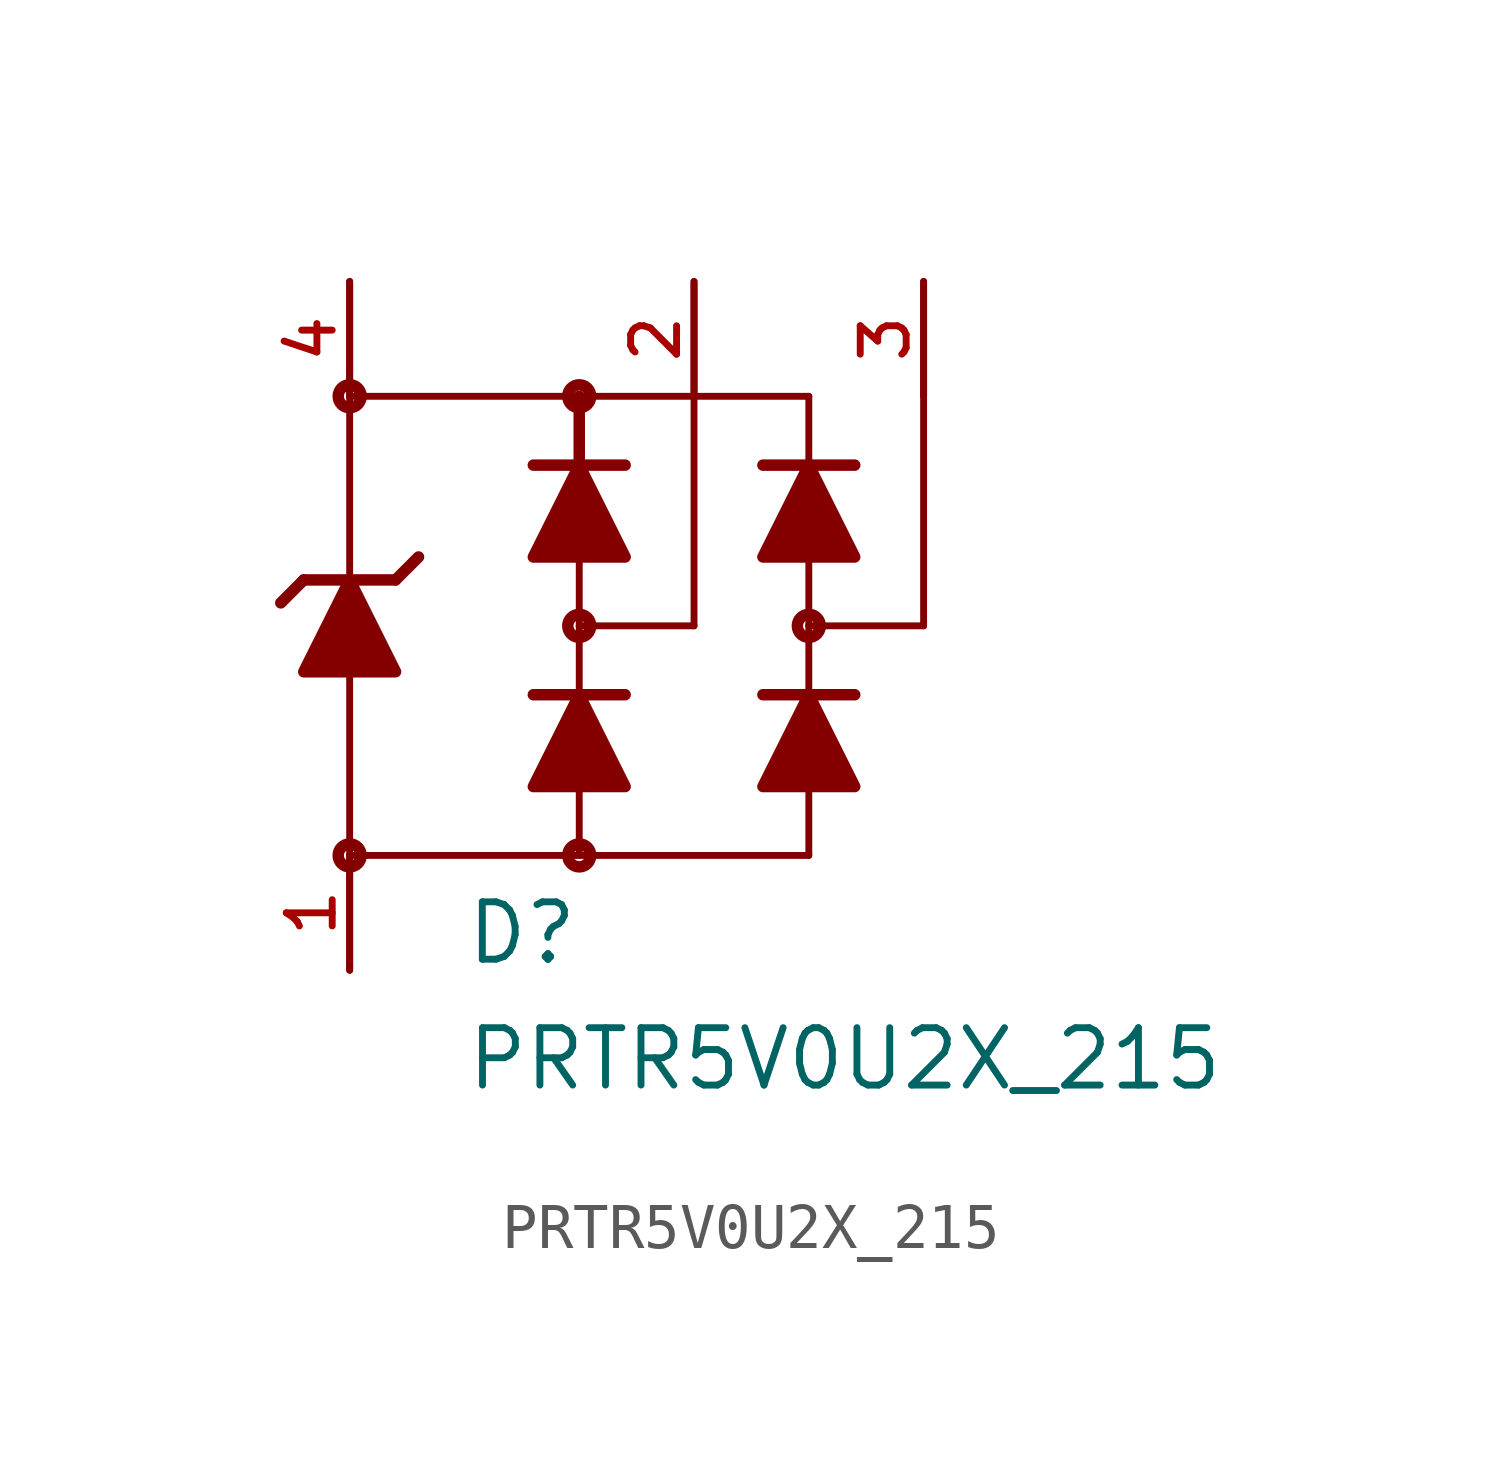
<source format=kicad_sym>
(kicad_symbol_lib
  (version 20211014)
  (generator kicad_symbol_editor)
  (symbol "PRTR5V0U2X_215"
    (pin_names
      (offset 1.016))
    (property "Reference" "D"
      (at -2.547 -7.54 0)
      (effects (font (size 1.27 1.27)) (justify bottom left)))
    (property "Value" "PRTR5V0U2X_215"
      (at -2.543 -10.325 0)
      (effects (font (size 1.27 1.27)) (justify bottom left)))
    (symbol "PRTR5V0U2X_215_0_0"
      (circle (center -5.08 5.08) (radius 0.254) (stroke (width 0.254)) (fill (type none)))
      (circle (center 0.0 0.0) (radius 0.254) (stroke (width 0.254)) (fill (type none)))
      (circle (center 5.08 0.0) (radius 0.254) (stroke (width 0.254)) (fill (type none)))
      (circle (center 0.0 -5.08) (radius 0.254) (stroke (width 0.254)) (fill (type none)))
      (circle (center -5.08 -5.08) (radius 0.254) (stroke (width 0.254)) (fill (type none)))
      (circle (center 0.0 5.08) (radius 0.254) (stroke (width 0.254)) (fill (type none)))
      (polyline (pts (xy -1.016 3.556) (xy 0.0 3.556)) (stroke (width 0.254)))
      (polyline (pts (xy 0.0 3.556) (xy 1.016 3.556)) (stroke (width 0.254)))
      (polyline (pts (xy -1.016 -1.524) (xy 0.0 -1.524)) (stroke (width 0.254)))
      (polyline (pts (xy 0.0 -1.524) (xy 1.016 -1.524)) (stroke (width 0.254)))
      (polyline (pts (xy 4.064 3.556) (xy 5.08 3.556)) (stroke (width 0.254)))
      (polyline (pts (xy 5.08 3.556) (xy 6.096 3.556)) (stroke (width 0.254)))
      (polyline (pts (xy 4.064 -1.524) (xy 5.08 -1.524)) (stroke (width 0.254)))
      (polyline (pts (xy 5.08 -1.524) (xy 6.096 -1.524)) (stroke (width 0.254)))
      (polyline (pts (xy -6.096 1.016) (xy -5.08 1.016)) (stroke (width 0.254)))
      (polyline (pts (xy -5.08 1.016) (xy -4.064 1.016)) (stroke (width 0.254)))
      (polyline (pts (xy -4.064 1.016) (xy -3.556 1.524)) (stroke (width 0.254)))
      (polyline (pts (xy -6.096 1.016) (xy -6.604 0.508)) (stroke (width 0.254)))
      (polyline (pts (xy 0.0 -1.524) (xy 0.0 0.0)) (stroke (width 0.152)))
      (polyline (pts (xy 0.0 0.0) (xy 0.0 1.524)) (stroke (width 0.152)))
      (polyline (pts (xy 5.08 -1.524) (xy 5.08 0.0)) (stroke (width 0.152)))
      (polyline (pts (xy 5.08 0.0) (xy 5.08 1.524)) (stroke (width 0.152)))
      (polyline (pts (xy 0.0 0.0) (xy 2.54 0.0)) (stroke (width 0.152)))
      (polyline (pts (xy 2.54 0.0) (xy 2.54 7.62)) (stroke (width 0.152)))
      (polyline (pts (xy 5.08 0.0) (xy 7.62 0.0)) (stroke (width 0.152)))
      (polyline (pts (xy 7.62 0.0) (xy 7.62 7.62)) (stroke (width 0.152)))
      (polyline (pts (xy 5.08 3.556) (xy 5.08 5.08)) (stroke (width 0.152)))
      (polyline (pts (xy 0.0 3.556) (xy 0.0 5.08)) (stroke (width 0.254)))
      (polyline (pts (xy 5.08 5.08) (xy -5.08 5.08)) (stroke (width 0.152)))
      (polyline (pts (xy -5.08 1.016) (xy -5.08 7.62)) (stroke (width 0.152)))
      (polyline (pts (xy 5.08 -3.556) (xy 5.08 -5.08)) (stroke (width 0.152)))
      (polyline (pts (xy 0.0 -3.556) (xy 0.0 -5.08)) (stroke (width 0.152)))
      (polyline (pts (xy 5.08 -5.08) (xy -5.08 -5.08)) (stroke (width 0.152)))
      (polyline (pts (xy -5.08 -1.016) (xy -5.08 -7.62)) (stroke (width 0.152)))
      (polyline (pts (xy -6.096 -1.016) (xy -5.08 1.016) (xy -4.064 -1.016) (xy -6.096 -1.016)) (stroke (width 0.254)) (fill (type outline)))
      (polyline (pts (xy -1.016 1.524) (xy 0.0 3.556) (xy 1.016 1.524) (xy -1.016 1.524)) (stroke (width 0.254)) (fill (type outline)))
      (polyline (pts (xy 4.064 1.524) (xy 5.08 3.556) (xy 6.096 1.524) (xy 4.064 1.524)) (stroke (width 0.254)) (fill (type outline)))
      (polyline (pts (xy -1.016 -3.556) (xy 0.0 -1.524) (xy 1.016 -3.556) (xy -1.016 -3.556)) (stroke (width 0.254)) (fill (type outline)))
      (polyline (pts (xy 4.064 -3.556) (xy 5.08 -1.524) (xy 6.096 -3.556) (xy 4.064 -3.556)) (stroke (width 0.254)) (fill (type outline)))
      (pin passive line (at -5.08 -7.62 90.0) (length 2.54) (name "~" (effects (font (size 1.016 1.016)))) (number "1" (effects (font (size 1.016 1.016)))))
      (pin passive line (at 2.54 7.62 270.0) (length 2.54) (name "~" (effects (font (size 1.016 1.016)))) (number "2" (effects (font (size 1.016 1.016)))))
      (pin passive line (at 7.62 7.62 270.0) (length 2.54) (name "~" (effects (font (size 1.016 1.016)))) (number "3" (effects (font (size 1.016 1.016)))))
      (pin passive line (at -5.08 7.62 270.0) (length 2.54) (name "~" (effects (font (size 1.016 1.016)))) (number "4" (effects (font (size 1.016 1.016))))))))
</source>
